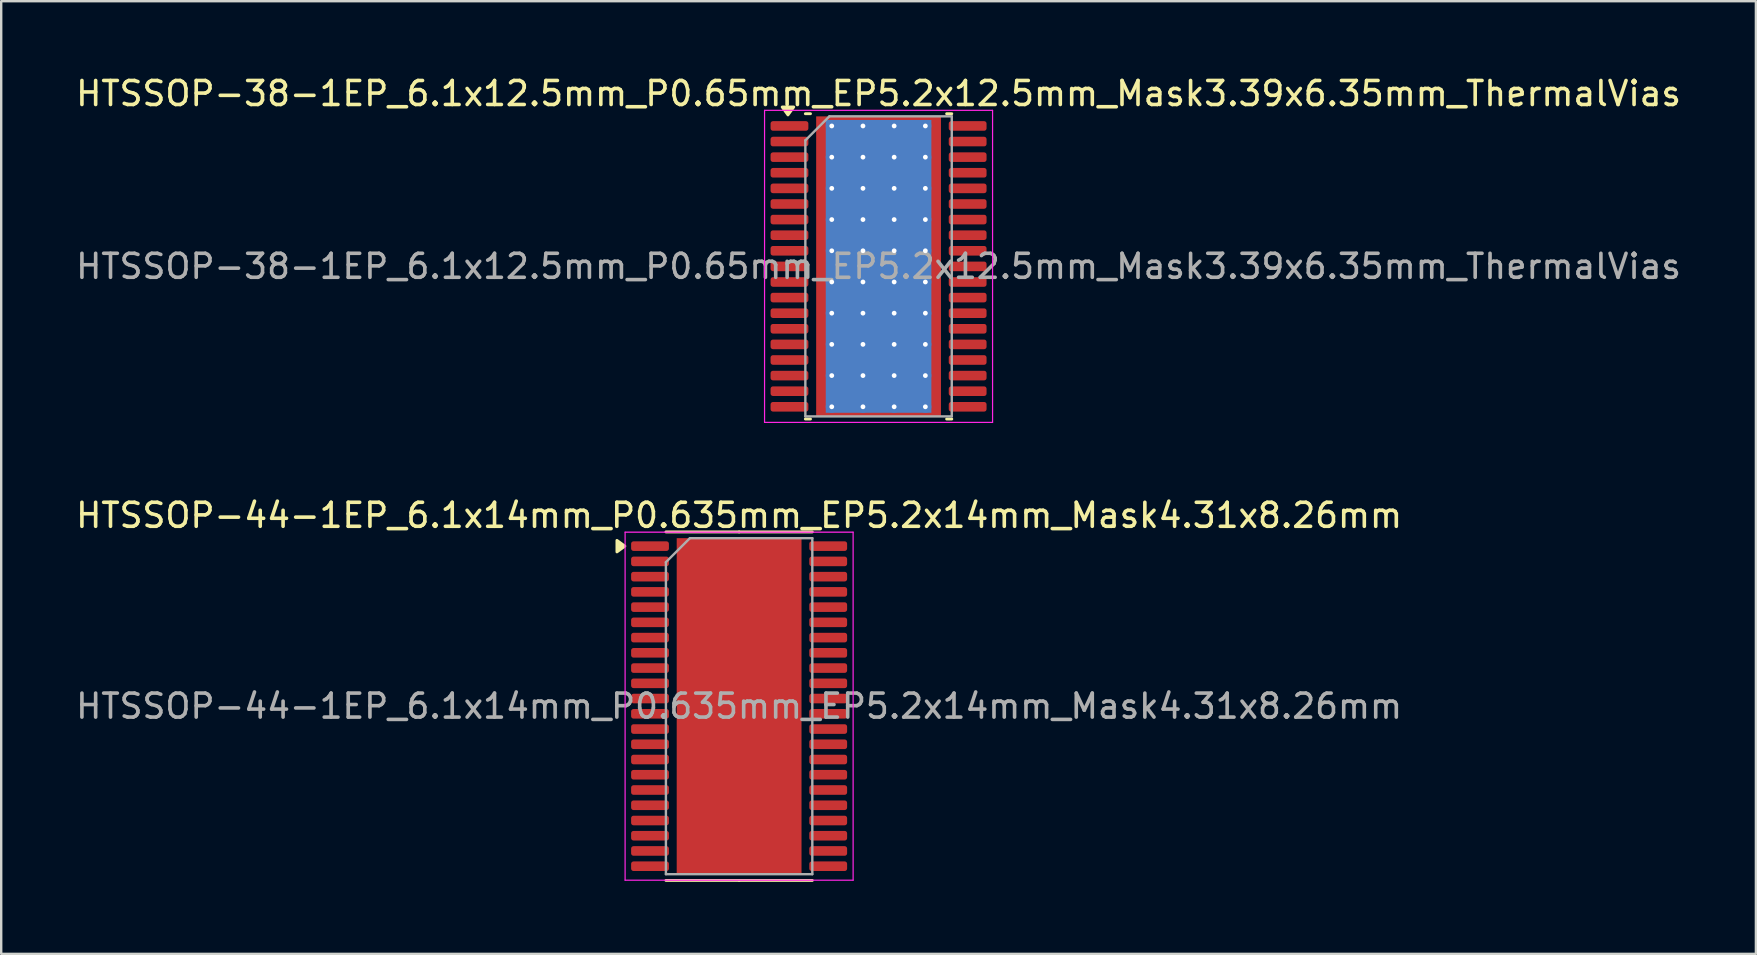
<source format=kicad_pcb>
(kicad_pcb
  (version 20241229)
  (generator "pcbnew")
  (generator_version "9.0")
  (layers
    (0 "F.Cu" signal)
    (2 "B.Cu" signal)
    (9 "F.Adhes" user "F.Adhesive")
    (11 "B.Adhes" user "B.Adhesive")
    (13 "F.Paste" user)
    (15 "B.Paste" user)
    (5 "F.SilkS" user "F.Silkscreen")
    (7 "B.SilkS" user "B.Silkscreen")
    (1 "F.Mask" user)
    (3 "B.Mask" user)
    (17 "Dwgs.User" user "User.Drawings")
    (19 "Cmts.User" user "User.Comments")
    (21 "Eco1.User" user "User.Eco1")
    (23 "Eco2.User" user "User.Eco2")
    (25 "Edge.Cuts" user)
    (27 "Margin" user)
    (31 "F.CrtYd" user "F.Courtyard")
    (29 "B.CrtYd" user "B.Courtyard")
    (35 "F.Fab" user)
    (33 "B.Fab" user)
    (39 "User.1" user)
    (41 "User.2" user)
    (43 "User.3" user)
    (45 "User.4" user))
  (footprint "HTSSOP-44-1EP_6.1x14mm_P0.635mm_EP5.2x14mm_Mask4.31x8.26mm"
    (layer "F.Cu")
    (at 27.744 26.372)
    (property "Reference" "HTSSOP-44-1EP_6.1x14mm_P0.635mm_EP5.2x14mm_Mask4.31x8.26mm" (at 0 -7.95 0) (layer "F.SilkS") (effects (font (size 1 1) (thickness 0.15))))
    (attr smd)
    (fp_line (start 0 -7.26) (end -3.05 -7.26) (stroke (width 0.12) (type solid)) (layer "F.SilkS"))
    (fp_line (start 0 -7.26) (end 3.05 -7.26) (stroke (width 0.12) (type solid)) (layer "F.SilkS"))
    (fp_line (start 0 7.26) (end -3.05 7.26) (stroke (width 0.12) (type solid)) (layer "F.SilkS"))
    (fp_line (start 0 7.26) (end 3.05 7.26) (stroke (width 0.12) (type solid)) (layer "F.SilkS"))
    (fp_poly (pts (xy -4.76 -6.668) (xy -5.09 -6.428) (xy -5.09 -6.907) (xy -4.76 -6.668)) (stroke (width 0.12) (type solid)) (fill yes) (layer "F.SilkS"))
    (fp_line (start -4.75 -7.25) (end -4.75 7.25) (stroke (width 0.05) (type solid)) (layer "F.CrtYd"))
    (fp_line (start -4.75 7.25) (end 4.75 7.25) (stroke (width 0.05) (type solid)) (layer "F.CrtYd"))
    (fp_line (start 4.75 -7.25) (end -4.75 -7.25) (stroke (width 0.05) (type solid)) (layer "F.CrtYd"))
    (fp_line (start 4.75 7.25) (end 4.75 -7.25) (stroke (width 0.05) (type solid)) (layer "F.CrtYd"))
    (fp_line (start -3.05 -6) (end -2.05 -7) (stroke (width 0.1) (type solid)) (layer "F.Fab"))
    (fp_line (start -3.05 7) (end -3.05 -6) (stroke (width 0.1) (type solid)) (layer "F.Fab"))
    (fp_line (start -2.05 -7) (end 3.05 -7) (stroke (width 0.1) (type solid)) (layer "F.Fab"))
    (fp_line (start 3.05 -7) (end 3.05 7) (stroke (width 0.1) (type solid)) (layer "F.Fab"))
    (fp_line (start 3.05 7) (end -3.05 7) (stroke (width 0.1) (type solid)) (layer "F.Fab"))
    (fp_text user "${REFERENCE}" (at 0 0 0) (layer "F.Fab") (effects (font (size 1 1) (thickness 0.15))))
    (pad "" smd roundrect (at -1.44 -3.3) (size 1.16 1.33) (layers "F.Paste") (roundrect_rratio 0.216))
    (pad "" smd roundrect (at -1.44 -1.65) (size 1.16 1.33) (layers "F.Paste") (roundrect_rratio 0.216))
    (pad "" smd roundrect (at -1.44 0) (size 1.16 1.33) (layers "F.Paste") (roundrect_rratio 0.216))
    (pad "" smd roundrect (at -1.44 1.65) (size 1.16 1.33) (layers "F.Paste") (roundrect_rratio 0.216))
    (pad "" smd roundrect (at -1.44 3.3) (size 1.16 1.33) (layers "F.Paste") (roundrect_rratio 0.216))
    (pad "" smd roundrect (at 0 -3.3) (size 1.16 1.33) (layers "F.Paste") (roundrect_rratio 0.216))
    (pad "" smd roundrect (at 0 -1.65) (size 1.16 1.33) (layers "F.Paste") (roundrect_rratio 0.216))
    (pad "" smd roundrect (at 0 0) (size 1.16 1.33) (layers "F.Paste") (roundrect_rratio 0.216))
    (pad "" smd rect (at 0 0) (size 4.31 8.26) (layers "F.Mask"))
    (pad "" smd roundrect (at 0 1.65) (size 1.16 1.33) (layers "F.Paste") (roundrect_rratio 0.216))
    (pad "" smd roundrect (at 0 3.3) (size 1.16 1.33) (layers "F.Paste") (roundrect_rratio 0.216))
    (pad "" smd roundrect (at 1.44 -3.3) (size 1.16 1.33) (layers "F.Paste") (roundrect_rratio 0.216))
    (pad "" smd roundrect (at 1.44 -1.65) (size 1.16 1.33) (layers "F.Paste") (roundrect_rratio 0.216))
    (pad "" smd roundrect (at 1.44 0) (size 1.16 1.33) (layers "F.Paste") (roundrect_rratio 0.216))
    (pad "" smd roundrect (at 1.44 1.65) (size 1.16 1.33) (layers "F.Paste") (roundrect_rratio 0.216))
    (pad "" smd roundrect (at 1.44 3.3) (size 1.16 1.33) (layers "F.Paste") (roundrect_rratio 0.216))
    (pad "1" smd roundrect (at -3.712 -6.668) (size 1.575 0.4) (layers "F.Cu" "F.Mask" "F.Paste") (roundrect_rratio 0.25))
    (pad "2" smd roundrect (at -3.712 -6.032) (size 1.575 0.4) (layers "F.Cu" "F.Mask" "F.Paste") (roundrect_rratio 0.25))
    (pad "3" smd roundrect (at -3.712 -5.397) (size 1.575 0.4) (layers "F.Cu" "F.Mask" "F.Paste") (roundrect_rratio 0.25))
    (pad "4" smd roundrect (at -3.712 -4.763) (size 1.575 0.4) (layers "F.Cu" "F.Mask" "F.Paste") (roundrect_rratio 0.25))
    (pad "5" smd roundrect (at -3.712 -4.128) (size 1.575 0.4) (layers "F.Cu" "F.Mask" "F.Paste") (roundrect_rratio 0.25))
    (pad "6" smd roundrect (at -3.712 -3.493) (size 1.575 0.4) (layers "F.Cu" "F.Mask" "F.Paste") (roundrect_rratio 0.25))
    (pad "7" smd roundrect (at -3.712 -2.857) (size 1.575 0.4) (layers "F.Cu" "F.Mask" "F.Paste") (roundrect_rratio 0.25))
    (pad "8" smd roundrect (at -3.712 -2.223) (size 1.575 0.4) (layers "F.Cu" "F.Mask" "F.Paste") (roundrect_rratio 0.25))
    (pad "9" smd roundrect (at -3.712 -1.587) (size 1.575 0.4) (layers "F.Cu" "F.Mask" "F.Paste") (roundrect_rratio 0.25))
    (pad "10" smd roundrect (at -3.712 -0.953) (size 1.575 0.4) (layers "F.Cu" "F.Mask" "F.Paste") (roundrect_rratio 0.25))
    (pad "11" smd roundrect (at -3.712 -0.318) (size 1.575 0.4) (layers "F.Cu" "F.Mask" "F.Paste") (roundrect_rratio 0.25))
    (pad "12" smd roundrect (at -3.712 0.318) (size 1.575 0.4) (layers "F.Cu" "F.Mask" "F.Paste") (roundrect_rratio 0.25))
    (pad "13" smd roundrect (at -3.712 0.953) (size 1.575 0.4) (layers "F.Cu" "F.Mask" "F.Paste") (roundrect_rratio 0.25))
    (pad "14" smd roundrect (at -3.712 1.587) (size 1.575 0.4) (layers "F.Cu" "F.Mask" "F.Paste") (roundrect_rratio 0.25))
    (pad "15" smd roundrect (at -3.712 2.223) (size 1.575 0.4) (layers "F.Cu" "F.Mask" "F.Paste") (roundrect_rratio 0.25))
    (pad "16" smd roundrect (at -3.712 2.857) (size 1.575 0.4) (layers "F.Cu" "F.Mask" "F.Paste") (roundrect_rratio 0.25))
    (pad "17" smd roundrect (at -3.712 3.493) (size 1.575 0.4) (layers "F.Cu" "F.Mask" "F.Paste") (roundrect_rratio 0.25))
    (pad "18" smd roundrect (at -3.712 4.128) (size 1.575 0.4) (layers "F.Cu" "F.Mask" "F.Paste") (roundrect_rratio 0.25))
    (pad "19" smd roundrect (at -3.712 4.763) (size 1.575 0.4) (layers "F.Cu" "F.Mask" "F.Paste") (roundrect_rratio 0.25))
    (pad "20" smd roundrect (at -3.712 5.397) (size 1.575 0.4) (layers "F.Cu" "F.Mask" "F.Paste") (roundrect_rratio 0.25))
    (pad "21" smd roundrect (at -3.712 6.032) (size 1.575 0.4) (layers "F.Cu" "F.Mask" "F.Paste") (roundrect_rratio 0.25))
    (pad "22" smd roundrect (at -3.712 6.668) (size 1.575 0.4) (layers "F.Cu" "F.Mask" "F.Paste") (roundrect_rratio 0.25))
    (pad "23" smd roundrect (at 3.712 6.668) (size 1.575 0.4) (layers "F.Cu" "F.Mask" "F.Paste") (roundrect_rratio 0.25))
    (pad "24" smd roundrect (at 3.712 6.032) (size 1.575 0.4) (layers "F.Cu" "F.Mask" "F.Paste") (roundrect_rratio 0.25))
    (pad "25" smd roundrect (at 3.712 5.397) (size 1.575 0.4) (layers "F.Cu" "F.Mask" "F.Paste") (roundrect_rratio 0.25))
    (pad "26" smd roundrect (at 3.712 4.763) (size 1.575 0.4) (layers "F.Cu" "F.Mask" "F.Paste") (roundrect_rratio 0.25))
    (pad "27" smd roundrect (at 3.712 4.128) (size 1.575 0.4) (layers "F.Cu" "F.Mask" "F.Paste") (roundrect_rratio 0.25))
    (pad "28" smd roundrect (at 3.712 3.493) (size 1.575 0.4) (layers "F.Cu" "F.Mask" "F.Paste") (roundrect_rratio 0.25))
    (pad "29" smd roundrect (at 3.712 2.857) (size 1.575 0.4) (layers "F.Cu" "F.Mask" "F.Paste") (roundrect_rratio 0.25))
    (pad "30" smd roundrect (at 3.712 2.223) (size 1.575 0.4) (layers "F.Cu" "F.Mask" "F.Paste") (roundrect_rratio 0.25))
    (pad "31" smd roundrect (at 3.712 1.587) (size 1.575 0.4) (layers "F.Cu" "F.Mask" "F.Paste") (roundrect_rratio 0.25))
    (pad "32" smd roundrect (at 3.712 0.953) (size 1.575 0.4) (layers "F.Cu" "F.Mask" "F.Paste") (roundrect_rratio 0.25))
    (pad "33" smd roundrect (at 3.712 0.318) (size 1.575 0.4) (layers "F.Cu" "F.Mask" "F.Paste") (roundrect_rratio 0.25))
    (pad "34" smd roundrect (at 3.712 -0.318) (size 1.575 0.4) (layers "F.Cu" "F.Mask" "F.Paste") (roundrect_rratio 0.25))
    (pad "35" smd roundrect (at 3.712 -0.953) (size 1.575 0.4) (layers "F.Cu" "F.Mask" "F.Paste") (roundrect_rratio 0.25))
    (pad "36" smd roundrect (at 3.712 -1.587) (size 1.575 0.4) (layers "F.Cu" "F.Mask" "F.Paste") (roundrect_rratio 0.25))
    (pad "37" smd roundrect (at 3.712 -2.223) (size 1.575 0.4) (layers "F.Cu" "F.Mask" "F.Paste") (roundrect_rratio 0.25))
    (pad "38" smd roundrect (at 3.712 -2.857) (size 1.575 0.4) (layers "F.Cu" "F.Mask" "F.Paste") (roundrect_rratio 0.25))
    (pad "39" smd roundrect (at 3.712 -3.493) (size 1.575 0.4) (layers "F.Cu" "F.Mask" "F.Paste") (roundrect_rratio 0.25))
    (pad "40" smd roundrect (at 3.712 -4.128) (size 1.575 0.4) (layers "F.Cu" "F.Mask" "F.Paste") (roundrect_rratio 0.25))
    (pad "41" smd roundrect (at 3.712 -4.763) (size 1.575 0.4) (layers "F.Cu" "F.Mask" "F.Paste") (roundrect_rratio 0.25))
    (pad "42" smd roundrect (at 3.712 -5.397) (size 1.575 0.4) (layers "F.Cu" "F.Mask" "F.Paste") (roundrect_rratio 0.25))
    (pad "43" smd roundrect (at 3.712 -6.032) (size 1.575 0.4) (layers "F.Cu" "F.Mask" "F.Paste") (roundrect_rratio 0.25))
    (pad "44" smd roundrect (at 3.712 -6.668) (size 1.575 0.4) (layers "F.Cu" "F.Mask" "F.Paste") (roundrect_rratio 0.25))
    (pad "45" smd rect (at 0 0) (size 5.2 14) (property pad_prop_heatsink) (layers "F.Cu")))
  (footprint "HTSSOP-38-1EP_6.1x12.5mm_P0.65mm_EP5.2x12.5mm_Mask3.39x6.35mm_ThermalVias"
    (layer "F.Cu")
    (at 33.554 8.048)
    (property "Reference" "HTSSOP-38-1EP_6.1x12.5mm_P0.65mm_EP5.2x12.5mm_Mask3.39x6.35mm_ThermalVias" (at 0 -7.2 0) (layer "F.SilkS") (effects (font (size 1 1) (thickness 0.15))))
    (attr smd)
    (fp_line (start -2.836 -6.36) (end -3.05 -6.36) (stroke (width 0.12) (type solid)) (layer "F.SilkS"))
    (fp_line (start -2.836 6.36) (end -3.05 6.36) (stroke (width 0.12) (type solid)) (layer "F.SilkS"))
    (fp_line (start 2.836 -6.36) (end 3.05 -6.36) (stroke (width 0.12) (type solid)) (layer "F.SilkS"))
    (fp_line (start 2.836 6.36) (end 3.05 6.36) (stroke (width 0.12) (type solid)) (layer "F.SilkS"))
    (fp_poly (pts (xy -3.775 -6.31) (xy -4.015 -6.64) (xy -3.535 -6.64) (xy -3.775 -6.31)) (stroke (width 0.12) (type solid)) (fill yes) (layer "F.SilkS"))
    (fp_line (start -4.75 -6.5) (end -4.75 6.5) (stroke (width 0.05) (type solid)) (layer "F.CrtYd"))
    (fp_line (start -4.75 6.5) (end 4.75 6.5) (stroke (width 0.05) (type solid)) (layer "F.CrtYd"))
    (fp_line (start 4.75 -6.5) (end -4.75 -6.5) (stroke (width 0.05) (type solid)) (layer "F.CrtYd"))
    (fp_line (start 4.75 6.5) (end 4.75 -6.5) (stroke (width 0.05) (type solid)) (layer "F.CrtYd"))
    (fp_line (start -3.05 -5.25) (end -2.05 -6.25) (stroke (width 0.1) (type solid)) (layer "F.Fab"))
    (fp_line (start -3.05 6.25) (end -3.05 -5.25) (stroke (width 0.1) (type solid)) (layer "F.Fab"))
    (fp_line (start -2.05 -6.25) (end 3.05 -6.25) (stroke (width 0.1) (type solid)) (layer "F.Fab"))
    (fp_line (start 3.05 -6.25) (end 3.05 6.25) (stroke (width 0.1) (type solid)) (layer "F.Fab"))
    (fp_line (start 3.05 6.25) (end -3.05 6.25) (stroke (width 0.1) (type solid)) (layer "F.Fab"))
    (fp_text user "${REFERENCE}" (at 0 0 0) (layer "F.Fab") (effects (font (size 1 1) (thickness 0.15))))
    (pad "" smd roundrect (at -0.85 -2.12) (size 1.37 1.71) (layers "F.Paste") (roundrect_rratio 0.182))
    (pad "" smd roundrect (at -0.85 0) (size 1.37 1.71) (layers "F.Paste") (roundrect_rratio 0.182))
    (pad "" smd roundrect (at -0.85 2.12) (size 1.37 1.71) (layers "F.Paste") (roundrect_rratio 0.182))
    (pad "" smd rect (at 0 0) (size 3.39 6.35) (layers "F.Mask"))
    (pad "" smd roundrect (at 0.85 -2.12) (size 1.37 1.71) (layers "F.Paste") (roundrect_rratio 0.182))
    (pad "" smd roundrect (at 0.85 0) (size 1.37 1.71) (layers "F.Paste") (roundrect_rratio 0.182))
    (pad "" smd roundrect (at 0.85 2.12) (size 1.37 1.71) (layers "F.Paste") (roundrect_rratio 0.182))
    (pad "1" smd roundrect (at -3.712 -5.85) (size 1.575 0.4) (layers "F.Cu" "F.Mask" "F.Paste") (roundrect_rratio 0.25))
    (pad "2" smd roundrect (at -3.712 -5.2) (size 1.575 0.4) (layers "F.Cu" "F.Mask" "F.Paste") (roundrect_rratio 0.25))
    (pad "3" smd roundrect (at -3.712 -4.55) (size 1.575 0.4) (layers "F.Cu" "F.Mask" "F.Paste") (roundrect_rratio 0.25))
    (pad "4" smd roundrect (at -3.712 -3.9) (size 1.575 0.4) (layers "F.Cu" "F.Mask" "F.Paste") (roundrect_rratio 0.25))
    (pad "5" smd roundrect (at -3.712 -3.25) (size 1.575 0.4) (layers "F.Cu" "F.Mask" "F.Paste") (roundrect_rratio 0.25))
    (pad "6" smd roundrect (at -3.712 -2.6) (size 1.575 0.4) (layers "F.Cu" "F.Mask" "F.Paste") (roundrect_rratio 0.25))
    (pad "7" smd roundrect (at -3.712 -1.95) (size 1.575 0.4) (layers "F.Cu" "F.Mask" "F.Paste") (roundrect_rratio 0.25))
    (pad "8" smd roundrect (at -3.712 -1.3) (size 1.575 0.4) (layers "F.Cu" "F.Mask" "F.Paste") (roundrect_rratio 0.25))
    (pad "9" smd roundrect (at -3.712 -0.65) (size 1.575 0.4) (layers "F.Cu" "F.Mask" "F.Paste") (roundrect_rratio 0.25))
    (pad "10" smd roundrect (at -3.712 0) (size 1.575 0.4) (layers "F.Cu" "F.Mask" "F.Paste") (roundrect_rratio 0.25))
    (pad "11" smd roundrect (at -3.712 0.65) (size 1.575 0.4) (layers "F.Cu" "F.Mask" "F.Paste") (roundrect_rratio 0.25))
    (pad "12" smd roundrect (at -3.712 1.3) (size 1.575 0.4) (layers "F.Cu" "F.Mask" "F.Paste") (roundrect_rratio 0.25))
    (pad "13" smd roundrect (at -3.712 1.95) (size 1.575 0.4) (layers "F.Cu" "F.Mask" "F.Paste") (roundrect_rratio 0.25))
    (pad "14" smd roundrect (at -3.712 2.6) (size 1.575 0.4) (layers "F.Cu" "F.Mask" "F.Paste") (roundrect_rratio 0.25))
    (pad "15" smd roundrect (at -3.712 3.25) (size 1.575 0.4) (layers "F.Cu" "F.Mask" "F.Paste") (roundrect_rratio 0.25))
    (pad "16" smd roundrect (at -3.712 3.9) (size 1.575 0.4) (layers "F.Cu" "F.Mask" "F.Paste") (roundrect_rratio 0.25))
    (pad "17" smd roundrect (at -3.712 4.55) (size 1.575 0.4) (layers "F.Cu" "F.Mask" "F.Paste") (roundrect_rratio 0.25))
    (pad "18" smd roundrect (at -3.712 5.2) (size 1.575 0.4) (layers "F.Cu" "F.Mask" "F.Paste") (roundrect_rratio 0.25))
    (pad "19" smd roundrect (at -3.712 5.85) (size 1.575 0.4) (layers "F.Cu" "F.Mask" "F.Paste") (roundrect_rratio 0.25))
    (pad "20" smd roundrect (at 3.712 5.85) (size 1.575 0.4) (layers "F.Cu" "F.Mask" "F.Paste") (roundrect_rratio 0.25))
    (pad "21" smd roundrect (at 3.712 5.2) (size 1.575 0.4) (layers "F.Cu" "F.Mask" "F.Paste") (roundrect_rratio 0.25))
    (pad "22" smd roundrect (at 3.712 4.55) (size 1.575 0.4) (layers "F.Cu" "F.Mask" "F.Paste") (roundrect_rratio 0.25))
    (pad "23" smd roundrect (at 3.712 3.9) (size 1.575 0.4) (layers "F.Cu" "F.Mask" "F.Paste") (roundrect_rratio 0.25))
    (pad "24" smd roundrect (at 3.712 3.25) (size 1.575 0.4) (layers "F.Cu" "F.Mask" "F.Paste") (roundrect_rratio 0.25))
    (pad "25" smd roundrect (at 3.712 2.6) (size 1.575 0.4) (layers "F.Cu" "F.Mask" "F.Paste") (roundrect_rratio 0.25))
    (pad "26" smd roundrect (at 3.712 1.95) (size 1.575 0.4) (layers "F.Cu" "F.Mask" "F.Paste") (roundrect_rratio 0.25))
    (pad "27" smd roundrect (at 3.712 1.3) (size 1.575 0.4) (layers "F.Cu" "F.Mask" "F.Paste") (roundrect_rratio 0.25))
    (pad "28" smd roundrect (at 3.712 0.65) (size 1.575 0.4) (layers "F.Cu" "F.Mask" "F.Paste") (roundrect_rratio 0.25))
    (pad "29" smd roundrect (at 3.712 0) (size 1.575 0.4) (layers "F.Cu" "F.Mask" "F.Paste") (roundrect_rratio 0.25))
    (pad "30" smd roundrect (at 3.712 -0.65) (size 1.575 0.4) (layers "F.Cu" "F.Mask" "F.Paste") (roundrect_rratio 0.25))
    (pad "31" smd roundrect (at 3.712 -1.3) (size 1.575 0.4) (layers "F.Cu" "F.Mask" "F.Paste") (roundrect_rratio 0.25))
    (pad "32" smd roundrect (at 3.712 -1.95) (size 1.575 0.4) (layers "F.Cu" "F.Mask" "F.Paste") (roundrect_rratio 0.25))
    (pad "33" smd roundrect (at 3.712 -2.6) (size 1.575 0.4) (layers "F.Cu" "F.Mask" "F.Paste") (roundrect_rratio 0.25))
    (pad "34" smd roundrect (at 3.712 -3.25) (size 1.575 0.4) (layers "F.Cu" "F.Mask" "F.Paste") (roundrect_rratio 0.25))
    (pad "35" smd roundrect (at 3.712 -3.9) (size 1.575 0.4) (layers "F.Cu" "F.Mask" "F.Paste") (roundrect_rratio 0.25))
    (pad "36" smd roundrect (at 3.712 -4.55) (size 1.575 0.4) (layers "F.Cu" "F.Mask" "F.Paste") (roundrect_rratio 0.25))
    (pad "37" smd roundrect (at 3.712 -5.2) (size 1.575 0.4) (layers "F.Cu" "F.Mask" "F.Paste") (roundrect_rratio 0.25))
    (pad "38" smd roundrect (at 3.712 -5.85) (size 1.575 0.4) (layers "F.Cu" "F.Mask" "F.Paste") (roundrect_rratio 0.25))
    (pad "39" thru_hole circle (at -1.95 -5.85) (size 0.5 0.5) (drill 0.2) (property pad_prop_heatsink) (layers "*.Cu"))
    (pad "39" thru_hole circle (at -1.95 -4.55) (size 0.5 0.5) (drill 0.2) (property pad_prop_heatsink) (layers "*.Cu"))
    (pad "39" thru_hole circle (at -1.95 -3.25) (size 0.5 0.5) (drill 0.2) (property pad_prop_heatsink) (layers "*.Cu"))
    (pad "39" thru_hole circle (at -1.95 -1.95) (size 0.5 0.5) (drill 0.2) (property pad_prop_heatsink) (layers "*.Cu"))
    (pad "39" thru_hole circle (at -1.95 -0.65) (size 0.5 0.5) (drill 0.2) (property pad_prop_heatsink) (layers "*.Cu"))
    (pad "39" thru_hole circle (at -1.95 0.65) (size 0.5 0.5) (drill 0.2) (property pad_prop_heatsink) (layers "*.Cu"))
    (pad "39" thru_hole circle (at -1.95 1.95) (size 0.5 0.5) (drill 0.2) (property pad_prop_heatsink) (layers "*.Cu"))
    (pad "39" thru_hole circle (at -1.95 3.25) (size 0.5 0.5) (drill 0.2) (property pad_prop_heatsink) (layers "*.Cu"))
    (pad "39" thru_hole circle (at -1.95 4.55) (size 0.5 0.5) (drill 0.2) (property pad_prop_heatsink) (layers "*.Cu"))
    (pad "39" thru_hole circle (at -1.95 5.85) (size 0.5 0.5) (drill 0.2) (property pad_prop_heatsink) (layers "*.Cu"))
    (pad "39" thru_hole circle (at -0.65 -5.85) (size 0.5 0.5) (drill 0.2) (property pad_prop_heatsink) (layers "*.Cu"))
    (pad "39" thru_hole circle (at -0.65 -4.55) (size 0.5 0.5) (drill 0.2) (property pad_prop_heatsink) (layers "*.Cu"))
    (pad "39" thru_hole circle (at -0.65 -3.25) (size 0.5 0.5) (drill 0.2) (property pad_prop_heatsink) (layers "*.Cu"))
    (pad "39" thru_hole circle (at -0.65 -1.95) (size 0.5 0.5) (drill 0.2) (property pad_prop_heatsink) (layers "*.Cu"))
    (pad "39" thru_hole circle (at -0.65 -0.65) (size 0.5 0.5) (drill 0.2) (property pad_prop_heatsink) (layers "*.Cu"))
    (pad "39" thru_hole circle (at -0.65 0.65) (size 0.5 0.5) (drill 0.2) (property pad_prop_heatsink) (layers "*.Cu"))
    (pad "39" thru_hole circle (at -0.65 1.95) (size 0.5 0.5) (drill 0.2) (property pad_prop_heatsink) (layers "*.Cu"))
    (pad "39" thru_hole circle (at -0.65 3.25) (size 0.5 0.5) (drill 0.2) (property pad_prop_heatsink) (layers "*.Cu"))
    (pad "39" thru_hole circle (at -0.65 4.55) (size 0.5 0.5) (drill 0.2) (property pad_prop_heatsink) (layers "*.Cu"))
    (pad "39" thru_hole circle (at -0.65 5.85) (size 0.5 0.5) (drill 0.2) (property pad_prop_heatsink) (layers "*.Cu"))
    (pad "39" smd rect (at 0 0) (size 4.4 12.2) (property pad_prop_heatsink) (layers "B.Cu"))
    (pad "39" smd rect (at 0 0) (size 5.2 12.5) (property pad_prop_heatsink) (layers "F.Cu"))
    (pad "39" thru_hole circle (at 0.65 -5.85) (size 0.5 0.5) (drill 0.2) (property pad_prop_heatsink) (layers "*.Cu"))
    (pad "39" thru_hole circle (at 0.65 -4.55) (size 0.5 0.5) (drill 0.2) (property pad_prop_heatsink) (layers "*.Cu"))
    (pad "39" thru_hole circle (at 0.65 -3.25) (size 0.5 0.5) (drill 0.2) (property pad_prop_heatsink) (layers "*.Cu"))
    (pad "39" thru_hole circle (at 0.65 -1.95) (size 0.5 0.5) (drill 0.2) (property pad_prop_heatsink) (layers "*.Cu"))
    (pad "39" thru_hole circle (at 0.65 -0.65) (size 0.5 0.5) (drill 0.2) (property pad_prop_heatsink) (layers "*.Cu"))
    (pad "39" thru_hole circle (at 0.65 0.65) (size 0.5 0.5) (drill 0.2) (property pad_prop_heatsink) (layers "*.Cu"))
    (pad "39" thru_hole circle (at 0.65 1.95) (size 0.5 0.5) (drill 0.2) (property pad_prop_heatsink) (layers "*.Cu"))
    (pad "39" thru_hole circle (at 0.65 3.25) (size 0.5 0.5) (drill 0.2) (property pad_prop_heatsink) (layers "*.Cu"))
    (pad "39" thru_hole circle (at 0.65 4.55) (size 0.5 0.5) (drill 0.2) (property pad_prop_heatsink) (layers "*.Cu"))
    (pad "39" thru_hole circle (at 0.65 5.85) (size 0.5 0.5) (drill 0.2) (property pad_prop_heatsink) (layers "*.Cu"))
    (pad "39" thru_hole circle (at 1.95 -5.85) (size 0.5 0.5) (drill 0.2) (property pad_prop_heatsink) (layers "*.Cu"))
    (pad "39" thru_hole circle (at 1.95 -4.55) (size 0.5 0.5) (drill 0.2) (property pad_prop_heatsink) (layers "*.Cu"))
    (pad "39" thru_hole circle (at 1.95 -3.25) (size 0.5 0.5) (drill 0.2) (property pad_prop_heatsink) (layers "*.Cu"))
    (pad "39" thru_hole circle (at 1.95 -1.95) (size 0.5 0.5) (drill 0.2) (property pad_prop_heatsink) (layers "*.Cu"))
    (pad "39" thru_hole circle (at 1.95 -0.65) (size 0.5 0.5) (drill 0.2) (property pad_prop_heatsink) (layers "*.Cu"))
    (pad "39" thru_hole circle (at 1.95 0.65) (size 0.5 0.5) (drill 0.2) (property pad_prop_heatsink) (layers "*.Cu"))
    (pad "39" thru_hole circle (at 1.95 1.95) (size 0.5 0.5) (drill 0.2) (property pad_prop_heatsink) (layers "*.Cu"))
    (pad "39" thru_hole circle (at 1.95 3.25) (size 0.5 0.5) (drill 0.2) (property pad_prop_heatsink) (layers "*.Cu"))
    (pad "39" thru_hole circle (at 1.95 4.55) (size 0.5 0.5) (drill 0.2) (property pad_prop_heatsink) (layers "*.Cu"))
    (pad "39" thru_hole circle (at 1.95 5.85) (size 0.5 0.5) (drill 0.2) (property pad_prop_heatsink) (layers "*.Cu")))
  (gr_rect
    (start -3 -3)
    (end 70.107 36.691)
    (stroke (width 0.1) (type default))
    (fill no)
    (layer "Edge.Cuts")))
</source>
